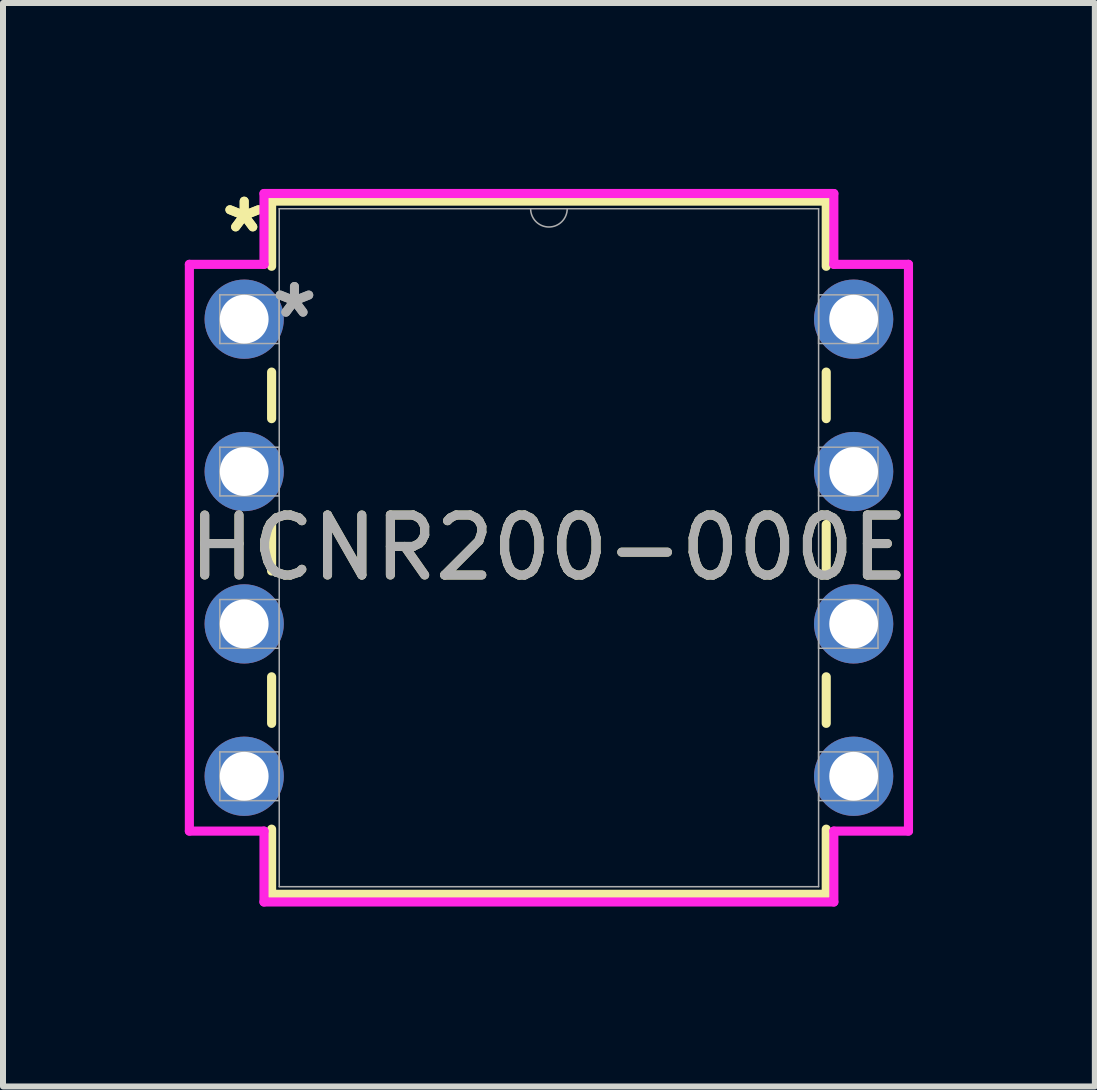
<source format=kicad_pcb>
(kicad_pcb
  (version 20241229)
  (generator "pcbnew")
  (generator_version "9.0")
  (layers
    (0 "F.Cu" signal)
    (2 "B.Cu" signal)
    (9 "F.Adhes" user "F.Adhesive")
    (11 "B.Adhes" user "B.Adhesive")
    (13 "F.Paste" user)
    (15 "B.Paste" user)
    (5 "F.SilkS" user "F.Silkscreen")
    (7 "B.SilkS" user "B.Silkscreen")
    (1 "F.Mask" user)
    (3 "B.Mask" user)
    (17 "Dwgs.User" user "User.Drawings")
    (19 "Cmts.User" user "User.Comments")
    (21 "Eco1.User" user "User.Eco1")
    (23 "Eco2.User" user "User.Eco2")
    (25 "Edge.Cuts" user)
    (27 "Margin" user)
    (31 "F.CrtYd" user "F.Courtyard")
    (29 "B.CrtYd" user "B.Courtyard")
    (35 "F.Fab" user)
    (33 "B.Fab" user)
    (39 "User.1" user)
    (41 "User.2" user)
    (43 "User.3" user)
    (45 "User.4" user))
  (footprint "HCNR200-000E"
    (layer "F.Cu")
    (at 1.021 2.271)
    (property "Reference" "HCNR200-000E" (at 5.08 3.81 0) (unlocked yes) (layer "F.SilkS") (effects (font (size 1 1) (thickness 0.15))))
    (attr through_hole)
    (fp_line (start 0.457 -1.968) (end 0.457 -0.882) (stroke (width 0.152) (type solid)) (layer "F.SilkS"))
    (fp_line (start 0.457 0.882) (end 0.457 1.658) (stroke (width 0.152) (type solid)) (layer "F.SilkS"))
    (fp_line (start 0.457 3.422) (end 0.457 4.198) (stroke (width 0.152) (type solid)) (layer "F.SilkS"))
    (fp_line (start 0.457 5.962) (end 0.457 6.738) (stroke (width 0.152) (type solid)) (layer "F.SilkS"))
    (fp_line (start 0.457 8.502) (end 0.457 9.588) (stroke (width 0.152) (type solid)) (layer "F.SilkS"))
    (fp_line (start 0.457 9.588) (end 9.703 9.588) (stroke (width 0.152) (type solid)) (layer "F.SilkS"))
    (fp_line (start 9.703 -1.968) (end 0.457 -1.968) (stroke (width 0.152) (type solid)) (layer "F.SilkS"))
    (fp_line (start 9.703 -0.882) (end 9.703 -1.968) (stroke (width 0.152) (type solid)) (layer "F.SilkS"))
    (fp_line (start 9.703 1.658) (end 9.703 0.882) (stroke (width 0.152) (type solid)) (layer "F.SilkS"))
    (fp_line (start 9.703 4.198) (end 9.703 3.422) (stroke (width 0.152) (type solid)) (layer "F.SilkS"))
    (fp_line (start 9.703 6.738) (end 9.703 5.962) (stroke (width 0.152) (type solid)) (layer "F.SilkS"))
    (fp_line (start 9.703 9.588) (end 9.703 8.502) (stroke (width 0.152) (type solid)) (layer "F.SilkS"))
    (fp_line (start -0.914 -0.914) (end 0.33 -0.914) (stroke (width 0.152) (type solid)) (layer "F.CrtYd"))
    (fp_line (start -0.914 8.534) (end -0.914 -0.914) (stroke (width 0.152) (type solid)) (layer "F.CrtYd"))
    (fp_line (start 0.33 -2.095) (end 9.83 -2.095) (stroke (width 0.152) (type solid)) (layer "F.CrtYd"))
    (fp_line (start 0.33 -0.914) (end 0.33 -2.095) (stroke (width 0.152) (type solid)) (layer "F.CrtYd"))
    (fp_line (start 0.33 8.534) (end -0.914 8.534) (stroke (width 0.152) (type solid)) (layer "F.CrtYd"))
    (fp_line (start 0.33 9.716) (end 0.33 8.534) (stroke (width 0.152) (type solid)) (layer "F.CrtYd"))
    (fp_line (start 9.83 -2.095) (end 9.83 -0.914) (stroke (width 0.152) (type solid)) (layer "F.CrtYd"))
    (fp_line (start 9.83 8.534) (end 9.83 9.716) (stroke (width 0.152) (type solid)) (layer "F.CrtYd"))
    (fp_line (start 9.83 9.716) (end 0.33 9.716) (stroke (width 0.152) (type solid)) (layer "F.CrtYd"))
    (fp_line (start 11.074 -0.914) (end 9.83 -0.914) (stroke (width 0.152) (type solid)) (layer "F.CrtYd"))
    (fp_line (start 11.074 -0.914) (end 11.074 8.534) (stroke (width 0.152) (type solid)) (layer "F.CrtYd"))
    (fp_line (start 11.074 8.534) (end 9.83 8.534) (stroke (width 0.152) (type solid)) (layer "F.CrtYd"))
    (fp_line (start -0.406 -0.406) (end -0.406 0.406) (stroke (width 0.025) (type solid)) (layer "F.Fab"))
    (fp_line (start -0.406 0.406) (end 0.584 0.406) (stroke (width 0.025) (type solid)) (layer "F.Fab"))
    (fp_line (start -0.406 2.134) (end -0.406 2.946) (stroke (width 0.025) (type solid)) (layer "F.Fab"))
    (fp_line (start -0.406 2.946) (end 0.584 2.946) (stroke (width 0.025) (type solid)) (layer "F.Fab"))
    (fp_line (start -0.406 4.674) (end -0.406 5.486) (stroke (width 0.025) (type solid)) (layer "F.Fab"))
    (fp_line (start -0.406 5.486) (end 0.584 5.486) (stroke (width 0.025) (type solid)) (layer "F.Fab"))
    (fp_line (start -0.406 7.214) (end -0.406 8.026) (stroke (width 0.025) (type solid)) (layer "F.Fab"))
    (fp_line (start -0.406 8.026) (end 0.584 8.026) (stroke (width 0.025) (type solid)) (layer "F.Fab"))
    (fp_line (start 0.584 -1.841) (end 0.584 9.461) (stroke (width 0.025) (type solid)) (layer "F.Fab"))
    (fp_line (start 0.584 -0.406) (end -0.406 -0.406) (stroke (width 0.025) (type solid)) (layer "F.Fab"))
    (fp_line (start 0.584 0.406) (end 0.584 -0.406) (stroke (width 0.025) (type solid)) (layer "F.Fab"))
    (fp_line (start 0.584 2.134) (end -0.406 2.134) (stroke (width 0.025) (type solid)) (layer "F.Fab"))
    (fp_line (start 0.584 2.946) (end 0.584 2.134) (stroke (width 0.025) (type solid)) (layer "F.Fab"))
    (fp_line (start 0.584 4.674) (end -0.406 4.674) (stroke (width 0.025) (type solid)) (layer "F.Fab"))
    (fp_line (start 0.584 5.486) (end 0.584 4.674) (stroke (width 0.025) (type solid)) (layer "F.Fab"))
    (fp_line (start 0.584 7.214) (end -0.406 7.214) (stroke (width 0.025) (type solid)) (layer "F.Fab"))
    (fp_line (start 0.584 8.026) (end 0.584 7.214) (stroke (width 0.025) (type solid)) (layer "F.Fab"))
    (fp_line (start 0.584 9.461) (end 9.576 9.461) (stroke (width 0.025) (type solid)) (layer "F.Fab"))
    (fp_line (start 9.576 -1.841) (end 0.584 -1.841) (stroke (width 0.025) (type solid)) (layer "F.Fab"))
    (fp_line (start 9.576 -0.406) (end 9.576 0.406) (stroke (width 0.025) (type solid)) (layer "F.Fab"))
    (fp_line (start 9.576 0.406) (end 10.566 0.406) (stroke (width 0.025) (type solid)) (layer "F.Fab"))
    (fp_line (start 9.576 2.134) (end 9.576 2.946) (stroke (width 0.025) (type solid)) (layer "F.Fab"))
    (fp_line (start 9.576 2.946) (end 10.566 2.946) (stroke (width 0.025) (type solid)) (layer "F.Fab"))
    (fp_line (start 9.576 4.674) (end 9.576 5.486) (stroke (width 0.025) (type solid)) (layer "F.Fab"))
    (fp_line (start 9.576 5.486) (end 10.566 5.486) (stroke (width 0.025) (type solid)) (layer "F.Fab"))
    (fp_line (start 9.576 7.214) (end 9.576 8.026) (stroke (width 0.025) (type solid)) (layer "F.Fab"))
    (fp_line (start 9.576 8.026) (end 10.566 8.026) (stroke (width 0.025) (type solid)) (layer "F.Fab"))
    (fp_line (start 9.576 9.461) (end 9.576 -1.841) (stroke (width 0.025) (type solid)) (layer "F.Fab"))
    (fp_line (start 10.566 -0.406) (end 9.576 -0.406) (stroke (width 0.025) (type solid)) (layer "F.Fab"))
    (fp_line (start 10.566 0.406) (end 10.566 -0.406) (stroke (width 0.025) (type solid)) (layer "F.Fab"))
    (fp_line (start 10.566 2.134) (end 9.576 2.134) (stroke (width 0.025) (type solid)) (layer "F.Fab"))
    (fp_line (start 10.566 2.946) (end 10.566 2.134) (stroke (width 0.025) (type solid)) (layer "F.Fab"))
    (fp_line (start 10.566 4.674) (end 9.576 4.674) (stroke (width 0.025) (type solid)) (layer "F.Fab"))
    (fp_line (start 10.566 5.486) (end 10.566 4.674) (stroke (width 0.025) (type solid)) (layer "F.Fab"))
    (fp_line (start 10.566 7.214) (end 9.576 7.214) (stroke (width 0.025) (type solid)) (layer "F.Fab"))
    (fp_line (start 10.566 8.026) (end 10.566 7.214) (stroke (width 0.025) (type solid)) (layer "F.Fab"))
    (fp_arc (start 5.3848 -1.8415) (mid 5.08 -1.5367) (end 4.7752 -1.8415) (stroke (width 0.0254) (type solid)) (layer "F.Fab"))
    (fp_text user "*" (at 0 -1.422 0) (layer "F.SilkS") (effects (font (size 1 1) (thickness 0.15))))
    (fp_text user "*" (at 0 -1.422 0) (unlocked yes) (layer "F.SilkS") (effects (font (size 1 1) (thickness 0.15))))
    (fp_text user "${REFERENCE}" (at 5.08 3.81 0) (unlocked yes) (layer "F.Fab") (effects (font (size 1 1) (thickness 0.15))))
    (fp_text user "*" (at 0.838 0 0) (layer "F.Fab") (effects (font (size 1 1) (thickness 0.15))))
    (fp_text user "*" (at 0.838 0 0) (unlocked yes) (layer "F.Fab") (effects (font (size 1 1) (thickness 0.15))))
    (pad "1" thru_hole circle (at 0 0) (size 1.321 1.321) (drill 0.813) (layers "*.Cu" "*.Mask"))
    (pad "2" thru_hole circle (at 0 2.54) (size 1.321 1.321) (drill 0.813) (layers "*.Cu" "*.Mask"))
    (pad "3" thru_hole circle (at 0 5.08) (size 1.321 1.321) (drill 0.813) (layers "*.Cu" "*.Mask"))
    (pad "4" thru_hole circle (at 0 7.62) (size 1.321 1.321) (drill 0.813) (layers "*.Cu" "*.Mask"))
    (pad "5" thru_hole circle (at 10.16 7.62) (size 1.321 1.321) (drill 0.813) (layers "*.Cu" "*.Mask"))
    (pad "6" thru_hole circle (at 10.16 5.08) (size 1.321 1.321) (drill 0.813) (layers "*.Cu" "*.Mask"))
    (pad "7" thru_hole circle (at 10.16 2.54) (size 1.321 1.321) (drill 0.813) (layers "*.Cu" "*.Mask"))
    (pad "8" thru_hole circle (at 10.16 0) (size 1.321 1.321) (drill 0.813) (layers "*.Cu" "*.Mask")))
  (gr_rect
    (start -3 -3)
    (end 15.202 15.062)
    (stroke (width 0.1) (type default))
    (fill no)
    (layer "Edge.Cuts")))
</source>
